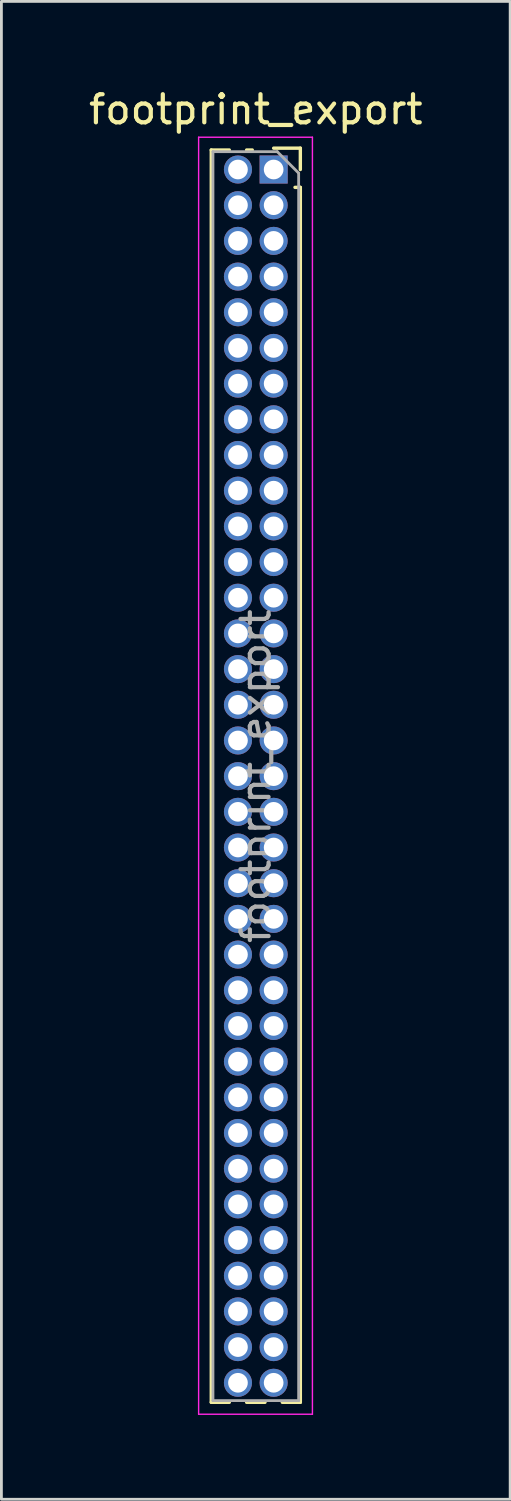
<source format=kicad_pcb>
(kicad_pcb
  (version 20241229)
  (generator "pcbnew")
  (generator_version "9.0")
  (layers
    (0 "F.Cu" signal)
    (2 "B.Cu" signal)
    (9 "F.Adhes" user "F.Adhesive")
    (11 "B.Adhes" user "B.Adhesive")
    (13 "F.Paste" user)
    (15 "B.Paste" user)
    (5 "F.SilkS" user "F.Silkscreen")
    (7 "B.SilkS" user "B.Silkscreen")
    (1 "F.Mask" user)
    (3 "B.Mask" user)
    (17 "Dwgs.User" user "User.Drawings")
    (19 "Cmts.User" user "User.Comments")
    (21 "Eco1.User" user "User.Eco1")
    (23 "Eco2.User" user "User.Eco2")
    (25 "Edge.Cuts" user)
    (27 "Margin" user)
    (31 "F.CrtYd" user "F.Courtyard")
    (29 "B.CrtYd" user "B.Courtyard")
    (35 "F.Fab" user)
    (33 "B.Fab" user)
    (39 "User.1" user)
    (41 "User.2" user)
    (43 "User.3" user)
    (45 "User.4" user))
  (footprint "footprint_export"
    (layer "F.Cu")
    (at 6.689 2.983)
    (property "Reference" "footprint_export" (at -0.635 -2.135 0) (layer "F.SilkS") (effects (font (size 1 1) (thickness 0.15))))
    (attr through_hole)
    (fp_line (start -2.22 -0.695) (end -2.22 43.875) (stroke (width 0.12) (type solid)) (layer "F.SilkS"))
    (fp_line (start -2.22 -0.695) (end -1.578 -0.695) (stroke (width 0.12) (type solid)) (layer "F.SilkS"))
    (fp_line (start -2.22 43.875) (end -1.578 43.875) (stroke (width 0.12) (type solid)) (layer "F.SilkS"))
    (fp_line (start -0.962 -0.695) (end -0.76 -0.695) (stroke (width 0.12) (type solid)) (layer "F.SilkS"))
    (fp_line (start -0.962 43.875) (end -0.308 43.875) (stroke (width 0.12) (type solid)) (layer "F.SilkS"))
    (fp_line (start 0 -0.76) (end 0.95 -0.76) (stroke (width 0.12) (type solid)) (layer "F.SilkS"))
    (fp_line (start 0.308 43.875) (end 0.95 43.875) (stroke (width 0.12) (type solid)) (layer "F.SilkS"))
    (fp_line (start 0.76 0.635) (end 0.95 0.635) (stroke (width 0.12) (type solid)) (layer "F.SilkS"))
    (fp_line (start 0.95 -0.76) (end 0.95 0) (stroke (width 0.12) (type solid)) (layer "F.SilkS"))
    (fp_line (start 0.95 0.635) (end 0.95 43.875) (stroke (width 0.12) (type solid)) (layer "F.SilkS"))
    (fp_line (start -2.67 -1.15) (end 1.38 -1.15) (stroke (width 0.05) (type solid)) (layer "F.CrtYd"))
    (fp_line (start -2.67 44.3) (end -2.67 -1.15) (stroke (width 0.05) (type solid)) (layer "F.CrtYd"))
    (fp_line (start 1.38 -1.15) (end 1.38 44.3) (stroke (width 0.05) (type solid)) (layer "F.CrtYd"))
    (fp_line (start 1.38 44.3) (end -2.67 44.3) (stroke (width 0.05) (type solid)) (layer "F.CrtYd"))
    (fp_line (start -2.16 -0.635) (end 0.128 -0.635) (stroke (width 0.1) (type solid)) (layer "F.Fab"))
    (fp_line (start -2.16 43.815) (end -2.16 -0.635) (stroke (width 0.1) (type solid)) (layer "F.Fab"))
    (fp_line (start 0.128 -0.635) (end 0.89 0.128) (stroke (width 0.1) (type solid)) (layer "F.Fab"))
    (fp_line (start 0.89 0.128) (end 0.89 43.815) (stroke (width 0.1) (type solid)) (layer "F.Fab"))
    (fp_line (start 0.89 43.815) (end -2.16 43.815) (stroke (width 0.1) (type solid)) (layer "F.Fab"))
    (fp_text user "${REFERENCE}" (at -0.635 21.59 90) (layer "F.Fab") (effects (font (size 1 1) (thickness 0.15))))
    (pad "1" thru_hole rect (at 0 0) (size 1 1) (drill 0.7) (layers "*.Cu" "*.Mask"))
    (pad "2" thru_hole oval (at -1.27 0) (size 1 1) (drill 0.7) (layers "*.Cu" "*.Mask"))
    (pad "3" thru_hole oval (at 0 1.27) (size 1 1) (drill 0.7) (layers "*.Cu" "*.Mask"))
    (pad "4" thru_hole oval (at -1.27 1.27) (size 1 1) (drill 0.7) (layers "*.Cu" "*.Mask"))
    (pad "5" thru_hole oval (at 0 2.54) (size 1 1) (drill 0.7) (layers "*.Cu" "*.Mask"))
    (pad "6" thru_hole oval (at -1.27 2.54) (size 1 1) (drill 0.7) (layers "*.Cu" "*.Mask"))
    (pad "7" thru_hole oval (at 0 3.81) (size 1 1) (drill 0.7) (layers "*.Cu" "*.Mask"))
    (pad "8" thru_hole oval (at -1.27 3.81) (size 1 1) (drill 0.7) (layers "*.Cu" "*.Mask"))
    (pad "9" thru_hole oval (at 0 5.08) (size 1 1) (drill 0.7) (layers "*.Cu" "*.Mask"))
    (pad "10" thru_hole oval (at -1.27 5.08) (size 1 1) (drill 0.7) (layers "*.Cu" "*.Mask"))
    (pad "11" thru_hole oval (at 0 6.35) (size 1 1) (drill 0.7) (layers "*.Cu" "*.Mask"))
    (pad "12" thru_hole oval (at -1.27 6.35) (size 1 1) (drill 0.7) (layers "*.Cu" "*.Mask"))
    (pad "13" thru_hole oval (at 0 7.62) (size 1 1) (drill 0.7) (layers "*.Cu" "*.Mask"))
    (pad "14" thru_hole oval (at -1.27 7.62) (size 1 1) (drill 0.7) (layers "*.Cu" "*.Mask"))
    (pad "15" thru_hole oval (at 0 8.89) (size 1 1) (drill 0.7) (layers "*.Cu" "*.Mask"))
    (pad "16" thru_hole oval (at -1.27 8.89) (size 1 1) (drill 0.7) (layers "*.Cu" "*.Mask"))
    (pad "17" thru_hole oval (at 0 10.16) (size 1 1) (drill 0.7) (layers "*.Cu" "*.Mask"))
    (pad "18" thru_hole oval (at -1.27 10.16) (size 1 1) (drill 0.7) (layers "*.Cu" "*.Mask"))
    (pad "19" thru_hole oval (at 0 11.43) (size 1 1) (drill 0.7) (layers "*.Cu" "*.Mask"))
    (pad "20" thru_hole oval (at -1.27 11.43) (size 1 1) (drill 0.7) (layers "*.Cu" "*.Mask"))
    (pad "21" thru_hole oval (at 0 12.7) (size 1 1) (drill 0.7) (layers "*.Cu" "*.Mask"))
    (pad "22" thru_hole oval (at -1.27 12.7) (size 1 1) (drill 0.7) (layers "*.Cu" "*.Mask"))
    (pad "23" thru_hole oval (at 0 13.97) (size 1 1) (drill 0.7) (layers "*.Cu" "*.Mask"))
    (pad "24" thru_hole oval (at -1.27 13.97) (size 1 1) (drill 0.7) (layers "*.Cu" "*.Mask"))
    (pad "25" thru_hole oval (at 0 15.24) (size 1 1) (drill 0.7) (layers "*.Cu" "*.Mask"))
    (pad "26" thru_hole oval (at -1.27 15.24) (size 1 1) (drill 0.7) (layers "*.Cu" "*.Mask"))
    (pad "27" thru_hole oval (at 0 16.51) (size 1 1) (drill 0.7) (layers "*.Cu" "*.Mask"))
    (pad "28" thru_hole oval (at -1.27 16.51) (size 1 1) (drill 0.7) (layers "*.Cu" "*.Mask"))
    (pad "29" thru_hole oval (at 0 17.78) (size 1 1) (drill 0.7) (layers "*.Cu" "*.Mask"))
    (pad "30" thru_hole oval (at -1.27 17.78) (size 1 1) (drill 0.7) (layers "*.Cu" "*.Mask"))
    (pad "31" thru_hole oval (at 0 19.05) (size 1 1) (drill 0.7) (layers "*.Cu" "*.Mask"))
    (pad "32" thru_hole oval (at -1.27 19.05) (size 1 1) (drill 0.7) (layers "*.Cu" "*.Mask"))
    (pad "33" thru_hole oval (at 0 20.32) (size 1 1) (drill 0.7) (layers "*.Cu" "*.Mask"))
    (pad "34" thru_hole oval (at -1.27 20.32) (size 1 1) (drill 0.7) (layers "*.Cu" "*.Mask"))
    (pad "35" thru_hole oval (at 0 21.59) (size 1 1) (drill 0.7) (layers "*.Cu" "*.Mask"))
    (pad "36" thru_hole oval (at -1.27 21.59) (size 1 1) (drill 0.7) (layers "*.Cu" "*.Mask"))
    (pad "37" thru_hole oval (at 0 22.86) (size 1 1) (drill 0.7) (layers "*.Cu" "*.Mask"))
    (pad "38" thru_hole oval (at -1.27 22.86) (size 1 1) (drill 0.7) (layers "*.Cu" "*.Mask"))
    (pad "39" thru_hole oval (at 0 24.13) (size 1 1) (drill 0.7) (layers "*.Cu" "*.Mask"))
    (pad "40" thru_hole oval (at -1.27 24.13) (size 1 1) (drill 0.7) (layers "*.Cu" "*.Mask"))
    (pad "41" thru_hole oval (at 0 25.4) (size 1 1) (drill 0.7) (layers "*.Cu" "*.Mask"))
    (pad "42" thru_hole oval (at -1.27 25.4) (size 1 1) (drill 0.7) (layers "*.Cu" "*.Mask"))
    (pad "43" thru_hole oval (at 0 26.67) (size 1 1) (drill 0.7) (layers "*.Cu" "*.Mask"))
    (pad "44" thru_hole oval (at -1.27 26.67) (size 1 1) (drill 0.7) (layers "*.Cu" "*.Mask"))
    (pad "45" thru_hole oval (at 0 27.94) (size 1 1) (drill 0.7) (layers "*.Cu" "*.Mask"))
    (pad "46" thru_hole oval (at -1.27 27.94) (size 1 1) (drill 0.7) (layers "*.Cu" "*.Mask"))
    (pad "47" thru_hole oval (at 0 29.21) (size 1 1) (drill 0.7) (layers "*.Cu" "*.Mask"))
    (pad "48" thru_hole oval (at -1.27 29.21) (size 1 1) (drill 0.7) (layers "*.Cu" "*.Mask"))
    (pad "49" thru_hole oval (at 0 30.48) (size 1 1) (drill 0.7) (layers "*.Cu" "*.Mask"))
    (pad "50" thru_hole oval (at -1.27 30.48) (size 1 1) (drill 0.7) (layers "*.Cu" "*.Mask"))
    (pad "51" thru_hole oval (at 0 31.75) (size 1 1) (drill 0.7) (layers "*.Cu" "*.Mask"))
    (pad "52" thru_hole oval (at -1.27 31.75) (size 1 1) (drill 0.7) (layers "*.Cu" "*.Mask"))
    (pad "53" thru_hole oval (at 0 33.02) (size 1 1) (drill 0.7) (layers "*.Cu" "*.Mask"))
    (pad "54" thru_hole oval (at -1.27 33.02) (size 1 1) (drill 0.7) (layers "*.Cu" "*.Mask"))
    (pad "55" thru_hole oval (at 0 34.29) (size 1 1) (drill 0.7) (layers "*.Cu" "*.Mask"))
    (pad "56" thru_hole oval (at -1.27 34.29) (size 1 1) (drill 0.7) (layers "*.Cu" "*.Mask"))
    (pad "57" thru_hole oval (at 0 35.56) (size 1 1) (drill 0.7) (layers "*.Cu" "*.Mask"))
    (pad "58" thru_hole oval (at -1.27 35.56) (size 1 1) (drill 0.7) (layers "*.Cu" "*.Mask"))
    (pad "59" thru_hole oval (at 0 36.83) (size 1 1) (drill 0.7) (layers "*.Cu" "*.Mask"))
    (pad "60" thru_hole oval (at -1.27 36.83) (size 1 1) (drill 0.7) (layers "*.Cu" "*.Mask"))
    (pad "61" thru_hole oval (at 0 38.1) (size 1 1) (drill 0.7) (layers "*.Cu" "*.Mask"))
    (pad "62" thru_hole oval (at -1.27 38.1) (size 1 1) (drill 0.7) (layers "*.Cu" "*.Mask"))
    (pad "63" thru_hole oval (at 0 39.37) (size 1 1) (drill 0.7) (layers "*.Cu" "*.Mask"))
    (pad "64" thru_hole oval (at -1.27 39.37) (size 1 1) (drill 0.7) (layers "*.Cu" "*.Mask"))
    (pad "65" thru_hole oval (at 0 40.64) (size 1 1) (drill 0.7) (layers "*.Cu" "*.Mask"))
    (pad "66" thru_hole oval (at -1.27 40.64) (size 1 1) (drill 0.7) (layers "*.Cu" "*.Mask"))
    (pad "67" thru_hole oval (at 0 41.91) (size 1 1) (drill 0.7) (layers "*.Cu" "*.Mask"))
    (pad "68" thru_hole oval (at -1.27 41.91) (size 1 1) (drill 0.7) (layers "*.Cu" "*.Mask"))
    (pad "69" thru_hole oval (at 0 43.18) (size 1 1) (drill 0.7) (layers "*.Cu" "*.Mask"))
    (pad "70" thru_hole oval (at -1.27 43.18) (size 1 1) (drill 0.7) (layers "*.Cu" "*.Mask")))
  (gr_rect
    (start -3 -3)
    (end 15.107 50.308)
    (stroke (width 0.1) (type default))
    (fill no)
    (layer "Edge.Cuts")))
</source>
